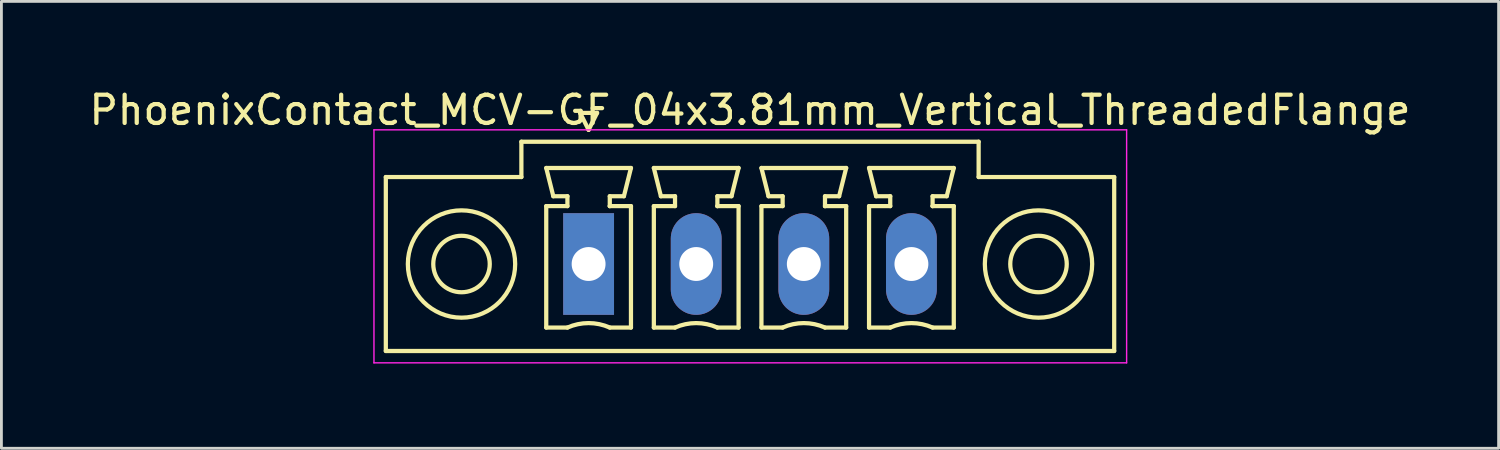
<source format=kicad_pcb>
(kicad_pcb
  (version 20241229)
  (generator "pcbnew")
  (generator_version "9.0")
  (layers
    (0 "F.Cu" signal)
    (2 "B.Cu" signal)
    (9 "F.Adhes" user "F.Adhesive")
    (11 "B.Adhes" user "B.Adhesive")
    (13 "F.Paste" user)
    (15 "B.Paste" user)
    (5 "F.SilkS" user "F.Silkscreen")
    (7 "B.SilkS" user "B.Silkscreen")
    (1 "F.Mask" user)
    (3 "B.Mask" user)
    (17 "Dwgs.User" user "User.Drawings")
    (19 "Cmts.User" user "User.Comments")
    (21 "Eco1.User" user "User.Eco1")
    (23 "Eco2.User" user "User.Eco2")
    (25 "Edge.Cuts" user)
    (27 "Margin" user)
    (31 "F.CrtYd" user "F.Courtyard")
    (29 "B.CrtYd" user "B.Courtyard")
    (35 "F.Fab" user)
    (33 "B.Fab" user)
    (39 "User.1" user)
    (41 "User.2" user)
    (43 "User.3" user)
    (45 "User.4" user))
  (footprint "PhoenixContact_MCV-GF_04x3.81mm_Vertical_ThreadedFlange"
    (layer "F.Cu")
    (at 17.791 6.298)
    (property "Reference" "PhoenixContact_MCV-GF_04x3.81mm_Vertical_ThreadedFlange" (at 5.715 -5.45 0) (layer "F.SilkS") (effects (font (size 1 1) (thickness 0.15))))
    (attr through_hole)
    (fp_line (start -7.18 -3.08) (end -7.18 3.08) (stroke (width 0.15) (type solid)) (layer "F.SilkS"))
    (fp_line (start -7.18 3.08) (end 18.61 3.08) (stroke (width 0.15) (type solid)) (layer "F.SilkS"))
    (fp_line (start -2.38 -4.33) (end -2.38 -3.08) (stroke (width 0.15) (type solid)) (layer "F.SilkS"))
    (fp_line (start -2.38 -3.08) (end -7.18 -3.08) (stroke (width 0.15) (type solid)) (layer "F.SilkS"))
    (fp_line (start -1.5 -3.4) (end 1.5 -3.4) (stroke (width 0.15) (type solid)) (layer "F.SilkS"))
    (fp_line (start -1.5 -2.05) (end -0.75 -2.05) (stroke (width 0.15) (type solid)) (layer "F.SilkS"))
    (fp_line (start -1.5 2.25) (end -1.5 -2.05) (stroke (width 0.15) (type solid)) (layer "F.SilkS"))
    (fp_line (start -1.25 -2.4) (end -1.5 -3.4) (stroke (width 0.15) (type solid)) (layer "F.SilkS"))
    (fp_line (start -0.75 -2.4) (end -1.25 -2.4) (stroke (width 0.15) (type solid)) (layer "F.SilkS"))
    (fp_line (start -0.75 -2.05) (end -0.75 -2.4) (stroke (width 0.15) (type solid)) (layer "F.SilkS"))
    (fp_line (start -0.75 2.25) (end -1.5 2.25) (stroke (width 0.15) (type solid)) (layer "F.SilkS"))
    (fp_line (start -0.3 -5.35) (end 0 -4.75) (stroke (width 0.15) (type solid)) (layer "F.SilkS"))
    (fp_line (start 0 -4.75) (end 0.3 -5.35) (stroke (width 0.15) (type solid)) (layer "F.SilkS"))
    (fp_line (start 0.3 -5.35) (end -0.3 -5.35) (stroke (width 0.15) (type solid)) (layer "F.SilkS"))
    (fp_line (start 0.75 -2.4) (end 0.75 -2.05) (stroke (width 0.15) (type solid)) (layer "F.SilkS"))
    (fp_line (start 0.75 -2.05) (end 0.75 -2.05) (stroke (width 0.15) (type solid)) (layer "F.SilkS"))
    (fp_line (start 0.75 -2.05) (end 1.5 -2.05) (stroke (width 0.15) (type solid)) (layer "F.SilkS"))
    (fp_line (start 1.25 -2.4) (end 0.75 -2.4) (stroke (width 0.15) (type solid)) (layer "F.SilkS"))
    (fp_line (start 1.5 -3.4) (end 1.25 -2.4) (stroke (width 0.15) (type solid)) (layer "F.SilkS"))
    (fp_line (start 1.5 -2.05) (end 1.5 2.25) (stroke (width 0.15) (type solid)) (layer "F.SilkS"))
    (fp_line (start 1.5 2.25) (end 0.75 2.25) (stroke (width 0.15) (type solid)) (layer "F.SilkS"))
    (fp_line (start 2.31 -3.4) (end 5.31 -3.4) (stroke (width 0.15) (type solid)) (layer "F.SilkS"))
    (fp_line (start 2.31 -2.05) (end 3.06 -2.05) (stroke (width 0.15) (type solid)) (layer "F.SilkS"))
    (fp_line (start 2.31 2.25) (end 2.31 -2.05) (stroke (width 0.15) (type solid)) (layer "F.SilkS"))
    (fp_line (start 2.56 -2.4) (end 2.31 -3.4) (stroke (width 0.15) (type solid)) (layer "F.SilkS"))
    (fp_line (start 3.06 -2.4) (end 2.56 -2.4) (stroke (width 0.15) (type solid)) (layer "F.SilkS"))
    (fp_line (start 3.06 -2.05) (end 3.06 -2.4) (stroke (width 0.15) (type solid)) (layer "F.SilkS"))
    (fp_line (start 3.06 2.25) (end 2.31 2.25) (stroke (width 0.15) (type solid)) (layer "F.SilkS"))
    (fp_line (start 4.56 -2.4) (end 4.56 -2.05) (stroke (width 0.15) (type solid)) (layer "F.SilkS"))
    (fp_line (start 4.56 -2.05) (end 4.56 -2.05) (stroke (width 0.15) (type solid)) (layer "F.SilkS"))
    (fp_line (start 4.56 -2.05) (end 5.31 -2.05) (stroke (width 0.15) (type solid)) (layer "F.SilkS"))
    (fp_line (start 5.06 -2.4) (end 4.56 -2.4) (stroke (width 0.15) (type solid)) (layer "F.SilkS"))
    (fp_line (start 5.31 -3.4) (end 5.06 -2.4) (stroke (width 0.15) (type solid)) (layer "F.SilkS"))
    (fp_line (start 5.31 -2.05) (end 5.31 2.25) (stroke (width 0.15) (type solid)) (layer "F.SilkS"))
    (fp_line (start 5.31 2.25) (end 4.56 2.25) (stroke (width 0.15) (type solid)) (layer "F.SilkS"))
    (fp_line (start 6.12 -3.4) (end 9.12 -3.4) (stroke (width 0.15) (type solid)) (layer "F.SilkS"))
    (fp_line (start 6.12 -2.05) (end 6.87 -2.05) (stroke (width 0.15) (type solid)) (layer "F.SilkS"))
    (fp_line (start 6.12 2.25) (end 6.12 -2.05) (stroke (width 0.15) (type solid)) (layer "F.SilkS"))
    (fp_line (start 6.37 -2.4) (end 6.12 -3.4) (stroke (width 0.15) (type solid)) (layer "F.SilkS"))
    (fp_line (start 6.87 -2.4) (end 6.37 -2.4) (stroke (width 0.15) (type solid)) (layer "F.SilkS"))
    (fp_line (start 6.87 -2.05) (end 6.87 -2.4) (stroke (width 0.15) (type solid)) (layer "F.SilkS"))
    (fp_line (start 6.87 2.25) (end 6.12 2.25) (stroke (width 0.15) (type solid)) (layer "F.SilkS"))
    (fp_line (start 8.37 -2.4) (end 8.37 -2.05) (stroke (width 0.15) (type solid)) (layer "F.SilkS"))
    (fp_line (start 8.37 -2.05) (end 8.37 -2.05) (stroke (width 0.15) (type solid)) (layer "F.SilkS"))
    (fp_line (start 8.37 -2.05) (end 9.12 -2.05) (stroke (width 0.15) (type solid)) (layer "F.SilkS"))
    (fp_line (start 8.87 -2.4) (end 8.37 -2.4) (stroke (width 0.15) (type solid)) (layer "F.SilkS"))
    (fp_line (start 9.12 -3.4) (end 8.87 -2.4) (stroke (width 0.15) (type solid)) (layer "F.SilkS"))
    (fp_line (start 9.12 -2.05) (end 9.12 2.25) (stroke (width 0.15) (type solid)) (layer "F.SilkS"))
    (fp_line (start 9.12 2.25) (end 8.37 2.25) (stroke (width 0.15) (type solid)) (layer "F.SilkS"))
    (fp_line (start 9.93 -3.4) (end 12.93 -3.4) (stroke (width 0.15) (type solid)) (layer "F.SilkS"))
    (fp_line (start 9.93 -2.05) (end 10.68 -2.05) (stroke (width 0.15) (type solid)) (layer "F.SilkS"))
    (fp_line (start 9.93 2.25) (end 9.93 -2.05) (stroke (width 0.15) (type solid)) (layer "F.SilkS"))
    (fp_line (start 10.18 -2.4) (end 9.93 -3.4) (stroke (width 0.15) (type solid)) (layer "F.SilkS"))
    (fp_line (start 10.68 -2.4) (end 10.18 -2.4) (stroke (width 0.15) (type solid)) (layer "F.SilkS"))
    (fp_line (start 10.68 -2.05) (end 10.68 -2.4) (stroke (width 0.15) (type solid)) (layer "F.SilkS"))
    (fp_line (start 10.68 2.25) (end 9.93 2.25) (stroke (width 0.15) (type solid)) (layer "F.SilkS"))
    (fp_line (start 12.18 -2.4) (end 12.18 -2.05) (stroke (width 0.15) (type solid)) (layer "F.SilkS"))
    (fp_line (start 12.18 -2.05) (end 12.18 -2.05) (stroke (width 0.15) (type solid)) (layer "F.SilkS"))
    (fp_line (start 12.18 -2.05) (end 12.93 -2.05) (stroke (width 0.15) (type solid)) (layer "F.SilkS"))
    (fp_line (start 12.68 -2.4) (end 12.18 -2.4) (stroke (width 0.15) (type solid)) (layer "F.SilkS"))
    (fp_line (start 12.93 -3.4) (end 12.68 -2.4) (stroke (width 0.15) (type solid)) (layer "F.SilkS"))
    (fp_line (start 12.93 -2.05) (end 12.93 2.25) (stroke (width 0.15) (type solid)) (layer "F.SilkS"))
    (fp_line (start 12.93 2.25) (end 12.18 2.25) (stroke (width 0.15) (type solid)) (layer "F.SilkS"))
    (fp_line (start 13.81 -4.33) (end -2.38 -4.33) (stroke (width 0.15) (type solid)) (layer "F.SilkS"))
    (fp_line (start 13.81 -3.08) (end 13.81 -4.33) (stroke (width 0.15) (type solid)) (layer "F.SilkS"))
    (fp_line (start 18.61 -3.08) (end 13.81 -3.08) (stroke (width 0.15) (type solid)) (layer "F.SilkS"))
    (fp_line (start 18.61 3.08) (end 18.61 -3.08) (stroke (width 0.15) (type solid)) (layer "F.SilkS"))
    (fp_arc (start -0.75 2.25) (mid -0.000193 2.09191) (end 0.749647 2.249844) (stroke (width 0.15) (type solid)) (layer "F.SilkS"))
    (fp_arc (start 3.06 2.25) (mid 3.809807 2.09191) (end 4.559647 2.249844) (stroke (width 0.15) (type solid)) (layer "F.SilkS"))
    (fp_arc (start 6.87 2.25) (mid 7.619807 2.09191) (end 8.369647 2.249844) (stroke (width 0.15) (type solid)) (layer "F.SilkS"))
    (fp_arc (start 10.68 2.25) (mid 11.429807 2.09191) (end 12.179647 2.249844) (stroke (width 0.15) (type solid)) (layer "F.SilkS"))
    (fp_circle (center -4.5 0) (end -3.5 0) (stroke (width 0.15) (type solid)) (fill no) (layer "F.SilkS"))
    (fp_circle (center -4.5 0) (end -2.6 0) (stroke (width 0.15) (type solid)) (fill no) (layer "F.SilkS"))
    (fp_circle (center 15.93 0) (end 16.93 0) (stroke (width 0.15) (type solid)) (fill no) (layer "F.SilkS"))
    (fp_circle (center 15.93 0) (end 17.83 0) (stroke (width 0.15) (type solid)) (fill no) (layer "F.SilkS"))
    (fp_line (start -7.6 -4.75) (end -7.6 3.5) (stroke (width 0.05) (type solid)) (layer "F.CrtYd"))
    (fp_line (start -7.6 3.5) (end 19.05 3.5) (stroke (width 0.05) (type solid)) (layer "F.CrtYd"))
    (fp_line (start 19.05 -4.75) (end -7.6 -4.75) (stroke (width 0.05) (type solid)) (layer "F.CrtYd"))
    (fp_line (start 19.05 3.5) (end 19.05 -4.75) (stroke (width 0.05) (type solid)) (layer "F.CrtYd"))
    (pad "1" thru_hole rect (at 0 0) (size 1.8 3.6) (drill 1.2) (layers "*.Cu" "*.Mask"))
    (pad "2" thru_hole oval (at 3.81 0) (size 1.8 3.6) (drill 1.2) (layers "*.Cu" "*.Mask"))
    (pad "3" thru_hole oval (at 7.62 0) (size 1.8 3.6) (drill 1.2) (layers "*.Cu" "*.Mask"))
    (pad "4" thru_hole oval (at 11.43 0) (size 1.8 3.6) (drill 1.2) (layers "*.Cu" "*.Mask")))
  (gr_rect
    (start -3 -3)
    (end 50.012 12.823)
    (stroke (width 0.1) (type default))
    (fill no)
    (layer "Edge.Cuts")))
</source>
